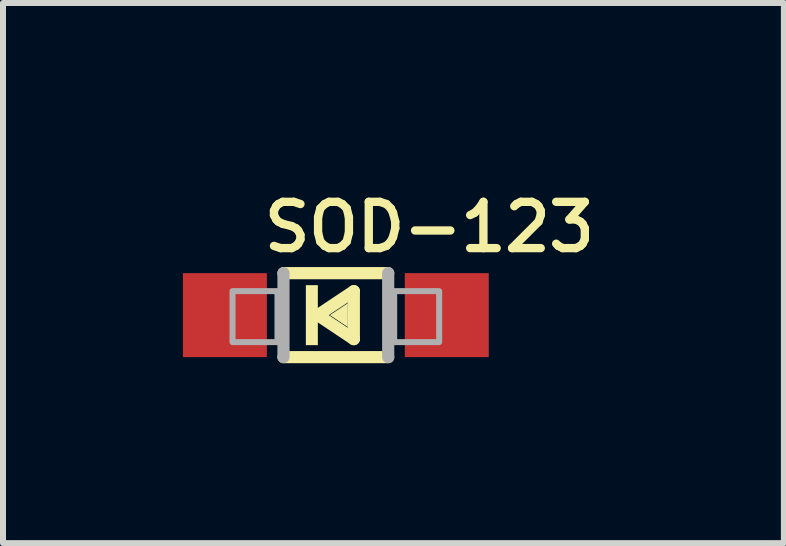
<source format=kicad_pcb>
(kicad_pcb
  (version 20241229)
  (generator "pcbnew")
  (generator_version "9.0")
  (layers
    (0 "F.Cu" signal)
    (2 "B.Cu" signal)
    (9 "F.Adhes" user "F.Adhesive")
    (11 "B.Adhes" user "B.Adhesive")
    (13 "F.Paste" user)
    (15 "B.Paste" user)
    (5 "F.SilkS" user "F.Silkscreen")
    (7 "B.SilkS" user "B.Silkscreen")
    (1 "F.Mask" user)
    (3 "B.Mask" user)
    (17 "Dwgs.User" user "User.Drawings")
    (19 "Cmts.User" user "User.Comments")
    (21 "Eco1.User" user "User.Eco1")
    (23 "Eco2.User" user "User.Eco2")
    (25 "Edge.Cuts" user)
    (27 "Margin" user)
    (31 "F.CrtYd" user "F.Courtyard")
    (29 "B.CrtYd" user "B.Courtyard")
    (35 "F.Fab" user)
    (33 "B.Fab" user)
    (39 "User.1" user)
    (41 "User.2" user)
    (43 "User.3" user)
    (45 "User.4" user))
  (footprint "SOD-123"
    (layer "F.Cu")
    (at 2.55 2.205)
    (property "Reference" "SOD-123" (at -1.27 -1.016 0) (layer "F.SilkS") (effects (font (size 0.772 0.772) (thickness 0.139)) (justify left bottom)))
    (attr through_hole)
    (fp_line (start -0.873 -0.7) (end 0.873 -0.7) (stroke (width 0.203) (type solid)) (layer "F.SilkS"))
    (fp_line (start -0.3 0) (end 0.3 -0.4) (stroke (width 0.203) (type solid)) (layer "F.SilkS"))
    (fp_line (start 0.3 -0.4) (end 0.3 0.4) (stroke (width 0.203) (type solid)) (layer "F.SilkS"))
    (fp_line (start 0.3 0.4) (end -0.3 0) (stroke (width 0.203) (type solid)) (layer "F.SilkS"))
    (fp_line (start 0.873 0.7) (end -0.873 0.7) (stroke (width 0.203) (type solid)) (layer "F.SilkS"))
    (fp_poly (pts (xy -0.1 0) (xy 0.2 -0.2) (xy 0.2 0.2)) (stroke (width 0) (type solid)) (fill yes) (layer "F.SilkS"))
    (fp_poly (pts (xy -0.5 0.5) (xy -0.3 0.5) (xy -0.3 -0.5) (xy -0.5 -0.5)) (stroke (width 0) (type solid)) (fill yes) (layer "F.SilkS"))
    (fp_line (start -0.873 0.7) (end -0.873 -0.7) (stroke (width 0.203) (type solid)) (layer "F.Fab"))
    (fp_line (start 0.873 -0.7) (end 0.873 0.7) (stroke (width 0.203) (type solid)) (layer "F.Fab"))
    (fp_poly (pts (xy -1.723 0.45) (xy -0.973 0.45) (xy -0.973 -0.4) (xy -1.723 -0.4)) (stroke (width 0.1) (type solid)) (fill no) (layer "F.Fab"))
    (fp_poly (pts (xy 0.973 0.45) (xy 1.723 0.45) (xy 1.723 -0.4) (xy 0.973 -0.4)) (stroke (width 0.1) (type solid)) (fill no) (layer "F.Fab"))
    (pad "A" smd rect (at 1.85 0 90) (size 1.4 1.4) (layers "F.Cu" "F.Mask" "F.Paste"))
    (pad "C" smd rect (at -1.85 0 90) (size 1.4 1.4) (layers "F.Cu" "F.Mask" "F.Paste")))
  (gr_rect
    (start -3 -3)
    (end 10.021 6.007)
    (stroke (width 0.1) (type default))
    (fill no)
    (layer "Edge.Cuts")))
</source>
